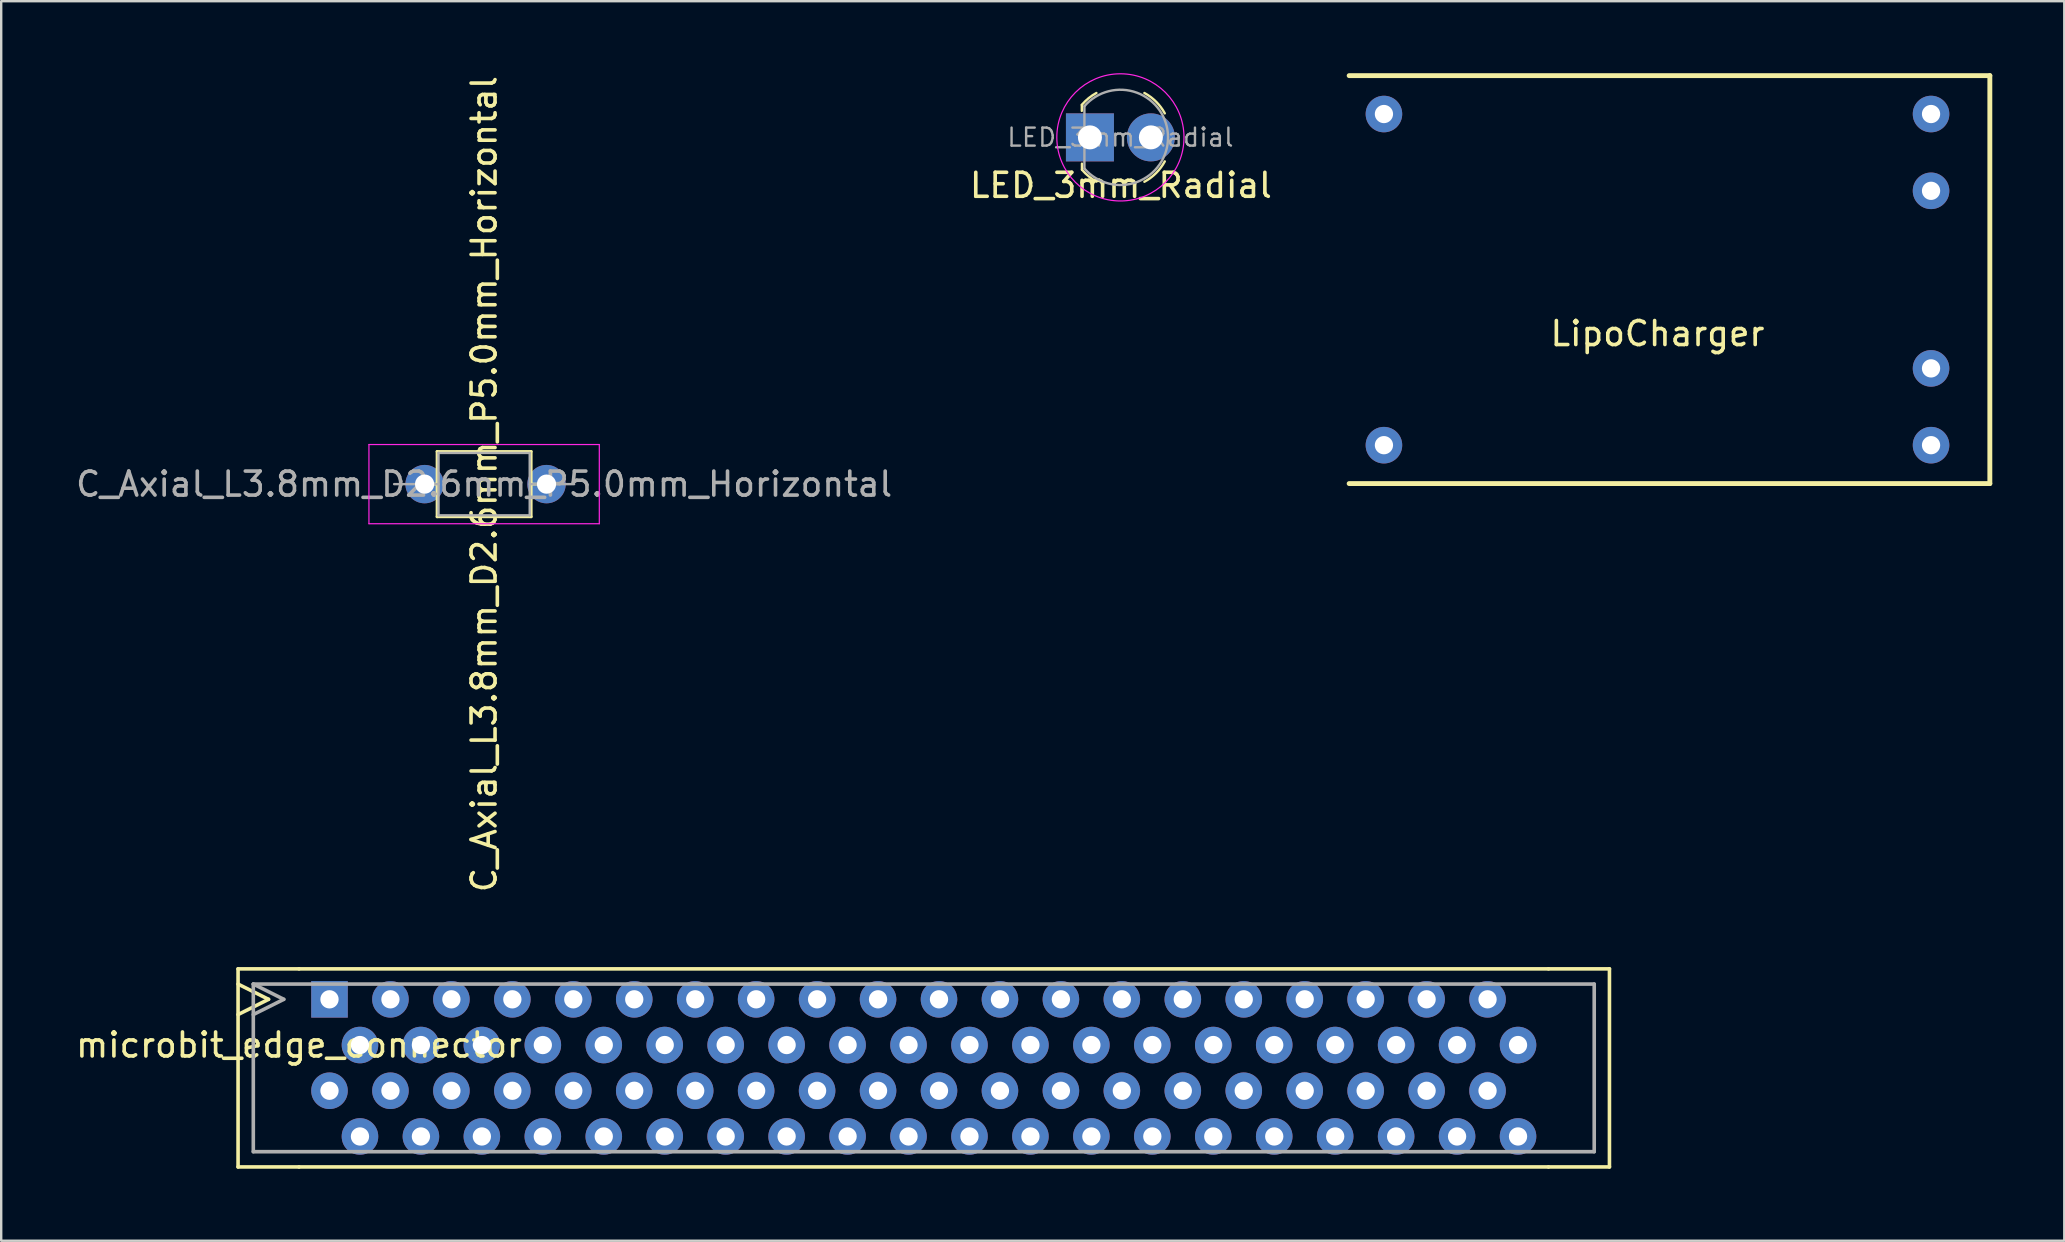
<source format=kicad_pcb>
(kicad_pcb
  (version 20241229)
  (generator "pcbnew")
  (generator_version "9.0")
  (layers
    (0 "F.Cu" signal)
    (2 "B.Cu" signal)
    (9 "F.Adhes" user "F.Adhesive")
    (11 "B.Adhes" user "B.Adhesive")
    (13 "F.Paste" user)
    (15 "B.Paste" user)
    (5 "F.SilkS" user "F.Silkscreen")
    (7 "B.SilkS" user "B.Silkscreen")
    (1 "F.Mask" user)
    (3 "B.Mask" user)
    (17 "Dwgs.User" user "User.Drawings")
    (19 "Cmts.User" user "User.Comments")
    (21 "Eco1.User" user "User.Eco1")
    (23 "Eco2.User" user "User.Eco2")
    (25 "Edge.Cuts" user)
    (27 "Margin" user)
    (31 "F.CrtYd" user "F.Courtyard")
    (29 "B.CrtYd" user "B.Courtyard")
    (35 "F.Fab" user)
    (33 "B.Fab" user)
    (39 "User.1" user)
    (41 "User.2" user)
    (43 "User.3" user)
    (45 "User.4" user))
  (footprint "LED_3mm_Radial"
    (layer "F.Cu")
    (at 44.911 2.675)
    (property "Reference" "LED_3mm_Radial" (at -1.25 2 0) (layer "F.SilkS") (effects (font (size 1 1) (thickness 0.15))))
    (attr through_hole)
    (fp_line (start -2.878 -1.354) (end -2.878 -1.104) (stroke (width 0.1) (type solid)) (layer "F.SilkS"))
    (fp_line (start -2.873 1.345) (end -2.873 1.095) (stroke (width 0.1) (type solid)) (layer "F.SilkS"))
    (fp_arc (start -2.877285 -1.356147) (mid -2.596822 -1.631577) (end -2.27 -1.85) (stroke (width 0.1) (type solid)) (layer "F.SilkS"))
    (fp_arc (start -2.265467 1.841615) (mid -2.590808 1.624182) (end -2.87 1.35) (stroke (width 0.1) (type solid)) (layer "F.SilkS"))
    (fp_arc (start -0.27 -1.85) (mid 0.217027 -1.487027) (end 0.58 -1) (stroke (width 0.1) (type solid)) (layer "F.SilkS"))
    (fp_arc (start 0.58 1) (mid 0.217027 1.487027) (end -0.27 1.85) (stroke (width 0.1) (type solid)) (layer "F.SilkS"))
    (fp_circle (center -1.27 0) (end 1.38 0) (stroke (width 0.05) (type solid)) (fill no) (layer "F.CrtYd"))
    (fp_line (start -2.77 -1.3) (end -2.77 1.3) (stroke (width 0.1) (type solid)) (layer "F.Fab"))
    (fp_arc (start -2.77 -1.3) (mid 0.714943 0) (end -2.77 1.3) (stroke (width 0.1) (type solid)) (layer "F.Fab"))
    (fp_text user "${REFERENCE}" (at -1.27 0 0) (layer "F.Fab") (effects (font (size 0.75 0.75) (thickness 0.1))))
    (pad "1" thru_hole rect (at -2.54 0) (size 2 2) (drill 1) (layers "*.Cu" "*.Mask"))
    (pad "2" thru_hole circle (at 0 0) (size 2 2) (drill 1) (layers "*.Cu" "*.Mask")))
  (footprint "LipoCharger"
    (layer "F.Cu")
    (at 66.023 8.602)
    (property "Reference" "LipoCharger" (at 0 2.25 0) (layer "F.SilkS") (effects (font (size 1 1) (thickness 0.15))))
    (attr through_hole)
    (fp_line (start -12.85 -8.5) (end 13.85 -8.5) (stroke (width 0.203) (type solid)) (layer "F.SilkS"))
    (fp_line (start -12.85 8.5) (end 13.85 8.5) (stroke (width 0.203) (type solid)) (layer "F.SilkS"))
    (fp_line (start 13.85 -8.5) (end 13.85 8.5) (stroke (width 0.203) (type solid)) (layer "F.SilkS"))
    (pad "1" thru_hole circle (at -11.4 -6.9) (size 1.524 1.524) (drill 0.762) (layers "*.Cu" "*.Mask"))
    (pad "2" thru_hole circle (at -11.4 6.9) (size 1.524 1.524) (drill 0.762) (layers "*.Cu" "*.Mask"))
    (pad "3" thru_hole circle (at 11.4 6.9) (size 1.524 1.524) (drill 0.762) (layers "*.Cu" "*.Mask"))
    (pad "4" thru_hole circle (at 11.4 3.7) (size 1.524 1.524) (drill 0.762) (layers "*.Cu" "*.Mask"))
    (pad "5" thru_hole circle (at 11.4 -3.7) (size 1.524 1.524) (drill 0.762) (layers "*.Cu" "*.Mask"))
    (pad "6" thru_hole circle (at 11.4 -6.9) (size 1.524 1.524) (drill 0.762) (layers "*.Cu" "*.Mask")))
  (footprint "C_Axial_L3.8mm_D2.6mm_P5.0mm_Horizontal"
    (layer "F.Cu")
    (at 13.375 17.125)
    (property "Reference" "C_Axial_L3.8mm_D2.6mm_P5.0mm_Horizontal" (at 3.75 0 90) (layer "F.SilkS") (effects (font (size 1 1) (thickness 0.15))))
    (attr through_hole)
    (fp_line (start 0.98 0) (end 1.79 0) (stroke (width 0.12) (type solid)) (layer "F.SilkS"))
    (fp_line (start 1.79 -1.36) (end 1.79 1.36) (stroke (width 0.12) (type solid)) (layer "F.SilkS"))
    (fp_line (start 1.79 1.36) (end 5.71 1.36) (stroke (width 0.12) (type solid)) (layer "F.SilkS"))
    (fp_line (start 5.71 -1.36) (end 1.79 -1.36) (stroke (width 0.12) (type solid)) (layer "F.SilkS"))
    (fp_line (start 5.71 1.36) (end 5.71 -1.36) (stroke (width 0.12) (type solid)) (layer "F.SilkS"))
    (fp_line (start 6.52 0) (end 5.71 0) (stroke (width 0.12) (type solid)) (layer "F.SilkS"))
    (fp_line (start -1.05 -1.65) (end -1.05 1.65) (stroke (width 0.05) (type solid)) (layer "F.CrtYd"))
    (fp_line (start -1.05 1.65) (end 8.55 1.65) (stroke (width 0.05) (type solid)) (layer "F.CrtYd"))
    (fp_line (start 8.55 -1.65) (end -1.05 -1.65) (stroke (width 0.05) (type solid)) (layer "F.CrtYd"))
    (fp_line (start 8.55 1.65) (end 8.55 -1.65) (stroke (width 0.05) (type solid)) (layer "F.CrtYd"))
    (fp_line (start 0 0) (end 1.85 0) (stroke (width 0.1) (type solid)) (layer "F.Fab"))
    (fp_line (start 1.85 -1.3) (end 1.85 1.3) (stroke (width 0.1) (type solid)) (layer "F.Fab"))
    (fp_line (start 1.85 1.3) (end 5.65 1.3) (stroke (width 0.1) (type solid)) (layer "F.Fab"))
    (fp_line (start 5.65 -1.3) (end 1.85 -1.3) (stroke (width 0.1) (type solid)) (layer "F.Fab"))
    (fp_line (start 5.65 1.3) (end 5.65 -1.3) (stroke (width 0.1) (type solid)) (layer "F.Fab"))
    (fp_line (start 7.5 0) (end 5.65 0) (stroke (width 0.1) (type solid)) (layer "F.Fab"))
    (fp_text user "${REFERENCE}" (at 3.75 0 0) (layer "F.Fab") (effects (font (size 1 1) (thickness 0.15))))
    (pad "1" thru_hole circle (at 1.27 0) (size 1.6 1.6) (drill 0.8) (layers "*.Cu" "*.Mask"))
    (pad "2" thru_hole oval (at 6.35 0) (size 1.6 1.6) (drill 0.8) (layers "*.Cu" "*.Mask")))
  (footprint "microbit_edge_connector"
    (layer "F.Cu")
    (at 35.446 43.04)
    (property "Reference" "microbit_edge_connector" (at -26.035 -2.54 0) (layer "F.SilkS") (effects (font (size 1 1) (thickness 0.15))))
    (attr through_hole)
    (fp_line (start -28.575 -5.715) (end -28.575 2.54) (stroke (width 0.15) (type solid)) (layer "F.SilkS"))
    (fp_line (start -28.575 -5.08) (end -27.305 -4.445) (stroke (width 0.15) (type solid)) (layer "F.SilkS"))
    (fp_line (start -28.575 2.54) (end -26.035 2.54) (stroke (width 0.15) (type solid)) (layer "F.SilkS"))
    (fp_line (start -27.305 -4.445) (end -28.575 -3.81) (stroke (width 0.15) (type solid)) (layer "F.SilkS"))
    (fp_line (start -26.035 -5.715) (end -28.575 -5.715) (stroke (width 0.15) (type solid)) (layer "F.SilkS"))
    (fp_line (start -26.035 -5.715) (end 26.035 -5.715) (stroke (width 0.15) (type solid)) (layer "F.SilkS"))
    (fp_line (start 26.035 2.54) (end -26.035 2.54) (stroke (width 0.15) (type solid)) (layer "F.SilkS"))
    (fp_line (start 28.575 -5.715) (end 26.035 -5.715) (stroke (width 0.15) (type solid)) (layer "F.SilkS"))
    (fp_line (start 28.575 -5.715) (end 28.575 2.54) (stroke (width 0.15) (type solid)) (layer "F.SilkS"))
    (fp_line (start 28.575 2.54) (end 26.035 2.54) (stroke (width 0.15) (type solid)) (layer "F.SilkS"))
    (fp_line (start -27.94 -5.08) (end -26.67 -4.445) (stroke (width 0.15) (type solid)) (layer "F.Fab"))
    (fp_line (start -27.94 -5.08) (end 27.94 -5.08) (stroke (width 0.15) (type solid)) (layer "F.Fab"))
    (fp_line (start -27.94 1.905) (end -27.94 -5.08) (stroke (width 0.15) (type solid)) (layer "F.Fab"))
    (fp_line (start -26.67 -4.445) (end -27.94 -3.81) (stroke (width 0.15) (type solid)) (layer "F.Fab"))
    (fp_line (start 27.94 -5.08) (end 27.94 1.905) (stroke (width 0.15) (type solid)) (layer "F.Fab"))
    (fp_line (start 27.94 1.905) (end -27.94 1.905) (stroke (width 0.15) (type solid)) (layer "F.Fab"))
    (pad "1" thru_hole rect (at -24.765 -4.445) (size 1.524 1.524) (drill 0.762) (layers "*.Cu" "*.Mask"))
    (pad "2" thru_hole circle (at -24.765 -0.635) (size 1.524 1.524) (drill 0.762) (layers "*.Cu" "*.Mask"))
    (pad "3" thru_hole circle (at -23.495 -2.54) (size 1.524 1.524) (drill 0.762) (layers "*.Cu" "*.Mask"))
    (pad "4" thru_hole circle (at -23.495 1.27) (size 1.524 1.524) (drill 0.762) (layers "*.Cu" "*.Mask"))
    (pad "5" thru_hole circle (at -22.225 -4.445) (size 1.524 1.524) (drill 0.762) (layers "*.Cu" "*.Mask"))
    (pad "6" thru_hole circle (at -22.225 -0.635) (size 1.524 1.524) (drill 0.762) (layers "*.Cu" "*.Mask"))
    (pad "7" thru_hole circle (at -20.955 -2.54) (size 1.524 1.524) (drill 0.762) (layers "*.Cu" "*.Mask"))
    (pad "8" thru_hole circle (at -20.955 1.27) (size 1.524 1.524) (drill 0.762) (layers "*.Cu" "*.Mask"))
    (pad "9" thru_hole circle (at -19.685 -4.445) (size 1.524 1.524) (drill 0.762) (layers "*.Cu" "*.Mask"))
    (pad "10" thru_hole circle (at -19.685 -0.635) (size 1.524 1.524) (drill 0.762) (layers "*.Cu" "*.Mask"))
    (pad "11" thru_hole circle (at -18.415 -2.54) (size 1.524 1.524) (drill 0.762) (layers "*.Cu" "*.Mask"))
    (pad "12" thru_hole circle (at -18.415 1.27) (size 1.524 1.524) (drill 0.762) (layers "*.Cu" "*.Mask"))
    (pad "13" thru_hole circle (at -17.145 -4.445) (size 1.524 1.524) (drill 0.762) (layers "*.Cu" "*.Mask"))
    (pad "14" thru_hole circle (at -17.145 -0.635) (size 1.524 1.524) (drill 0.762) (layers "*.Cu" "*.Mask"))
    (pad "15" thru_hole circle (at -15.875 -2.54) (size 1.524 1.524) (drill 0.762) (layers "*.Cu" "*.Mask"))
    (pad "16" thru_hole circle (at -15.875 1.27) (size 1.524 1.524) (drill 0.762) (layers "*.Cu" "*.Mask"))
    (pad "17" thru_hole circle (at -14.605 -4.445) (size 1.524 1.524) (drill 0.762) (layers "*.Cu" "*.Mask"))
    (pad "18" thru_hole circle (at -14.605 -0.635) (size 1.524 1.524) (drill 0.762) (layers "*.Cu" "*.Mask"))
    (pad "19" thru_hole circle (at -13.335 -2.54) (size 1.524 1.524) (drill 0.762) (layers "*.Cu" "*.Mask"))
    (pad "20" thru_hole circle (at -13.335 1.27) (size 1.524 1.524) (drill 0.762) (layers "*.Cu" "*.Mask"))
    (pad "21" thru_hole circle (at -12.065 -4.445) (size 1.524 1.524) (drill 0.762) (layers "*.Cu" "*.Mask"))
    (pad "22" thru_hole circle (at -12.065 -0.635) (size 1.524 1.524) (drill 0.762) (layers "*.Cu" "*.Mask"))
    (pad "23" thru_hole circle (at -10.795 -2.54) (size 1.524 1.524) (drill 0.762) (layers "*.Cu" "*.Mask"))
    (pad "24" thru_hole circle (at -10.795 1.27) (size 1.524 1.524) (drill 0.762) (layers "*.Cu" "*.Mask"))
    (pad "25" thru_hole circle (at -9.525 -4.445) (size 1.524 1.524) (drill 0.762) (layers "*.Cu" "*.Mask"))
    (pad "26" thru_hole circle (at -9.525 -0.635) (size 1.524 1.524) (drill 0.762) (layers "*.Cu" "*.Mask"))
    (pad "27" thru_hole circle (at -8.255 -2.54) (size 1.524 1.524) (drill 0.762) (layers "*.Cu" "*.Mask"))
    (pad "28" thru_hole circle (at -8.255 1.27) (size 1.524 1.524) (drill 0.762) (layers "*.Cu" "*.Mask"))
    (pad "29" thru_hole circle (at -6.985 -4.445) (size 1.524 1.524) (drill 0.762) (layers "*.Cu" "*.Mask"))
    (pad "30" thru_hole circle (at -6.985 -0.635) (size 1.524 1.524) (drill 0.762) (layers "*.Cu" "*.Mask"))
    (pad "31" thru_hole circle (at -5.715 -2.54) (size 1.524 1.524) (drill 0.762) (layers "*.Cu" "*.Mask"))
    (pad "32" thru_hole circle (at -5.715 1.27) (size 1.524 1.524) (drill 0.762) (layers "*.Cu" "*.Mask"))
    (pad "33" thru_hole circle (at -4.445 -4.445) (size 1.524 1.524) (drill 0.762) (layers "*.Cu" "*.Mask"))
    (pad "34" thru_hole circle (at -4.445 -0.635) (size 1.524 1.524) (drill 0.762) (layers "*.Cu" "*.Mask"))
    (pad "35" thru_hole circle (at -3.175 -2.54) (size 1.524 1.524) (drill 0.762) (layers "*.Cu" "*.Mask"))
    (pad "36" thru_hole circle (at -3.175 1.27) (size 1.524 1.524) (drill 0.762) (layers "*.Cu" "*.Mask"))
    (pad "37" thru_hole circle (at -1.905 -4.445) (size 1.524 1.524) (drill 0.762) (layers "*.Cu" "*.Mask"))
    (pad "38" thru_hole circle (at -1.905 -0.635) (size 1.524 1.524) (drill 0.762) (layers "*.Cu" "*.Mask"))
    (pad "39" thru_hole circle (at -0.635 -2.54) (size 1.524 1.524) (drill 0.762) (layers "*.Cu" "*.Mask"))
    (pad "40" thru_hole circle (at -0.635 1.27) (size 1.524 1.524) (drill 0.762) (layers "*.Cu" "*.Mask"))
    (pad "41" thru_hole circle (at 0.635 -4.445) (size 1.524 1.524) (drill 0.762) (layers "*.Cu" "*.Mask"))
    (pad "42" thru_hole circle (at 0.635 -0.635) (size 1.524 1.524) (drill 0.762) (layers "*.Cu" "*.Mask"))
    (pad "43" thru_hole circle (at 1.905 -2.54) (size 1.524 1.524) (drill 0.762) (layers "*.Cu" "*.Mask"))
    (pad "44" thru_hole circle (at 1.905 1.27) (size 1.524 1.524) (drill 0.762) (layers "*.Cu" "*.Mask"))
    (pad "45" thru_hole circle (at 3.175 -4.445) (size 1.524 1.524) (drill 0.762) (layers "*.Cu" "*.Mask"))
    (pad "46" thru_hole circle (at 3.175 -0.635) (size 1.524 1.524) (drill 0.762) (layers "*.Cu" "*.Mask"))
    (pad "47" thru_hole circle (at 4.445 -2.54) (size 1.524 1.524) (drill 0.762) (layers "*.Cu" "*.Mask"))
    (pad "48" thru_hole circle (at 4.445 1.27) (size 1.524 1.524) (drill 0.762) (layers "*.Cu" "*.Mask"))
    (pad "49" thru_hole circle (at 5.715 -4.445) (size 1.524 1.524) (drill 0.762) (layers "*.Cu" "*.Mask"))
    (pad "50" thru_hole circle (at 5.715 -0.635) (size 1.524 1.524) (drill 0.762) (layers "*.Cu" "*.Mask"))
    (pad "51" thru_hole circle (at 6.985 -2.54) (size 1.524 1.524) (drill 0.762) (layers "*.Cu" "*.Mask"))
    (pad "52" thru_hole circle (at 6.985 1.27) (size 1.524 1.524) (drill 0.762) (layers "*.Cu" "*.Mask"))
    (pad "53" thru_hole circle (at 8.255 -4.445) (size 1.524 1.524) (drill 0.762) (layers "*.Cu" "*.Mask"))
    (pad "54" thru_hole circle (at 8.255 -0.635) (size 1.524 1.524) (drill 0.762) (layers "*.Cu" "*.Mask"))
    (pad "55" thru_hole circle (at 9.525 -2.54) (size 1.524 1.524) (drill 0.762) (layers "*.Cu" "*.Mask"))
    (pad "56" thru_hole circle (at 9.525 1.27) (size 1.524 1.524) (drill 0.762) (layers "*.Cu" "*.Mask"))
    (pad "57" thru_hole circle (at 10.795 -4.445) (size 1.524 1.524) (drill 0.762) (layers "*.Cu" "*.Mask"))
    (pad "58" thru_hole circle (at 10.795 -0.635) (size 1.524 1.524) (drill 0.762) (layers "*.Cu" "*.Mask"))
    (pad "59" thru_hole circle (at 12.065 -2.54) (size 1.524 1.524) (drill 0.762) (layers "*.Cu" "*.Mask"))
    (pad "60" thru_hole circle (at 12.065 1.27) (size 1.524 1.524) (drill 0.762) (layers "*.Cu" "*.Mask"))
    (pad "61" thru_hole circle (at 13.335 -4.445) (size 1.524 1.524) (drill 0.762) (layers "*.Cu" "*.Mask"))
    (pad "62" thru_hole circle (at 13.335 -0.635) (size 1.524 1.524) (drill 0.762) (layers "*.Cu" "*.Mask"))
    (pad "63" thru_hole circle (at 14.605 -2.54) (size 1.524 1.524) (drill 0.762) (layers "*.Cu" "*.Mask"))
    (pad "64" thru_hole circle (at 14.605 1.27) (size 1.524 1.524) (drill 0.762) (layers "*.Cu" "*.Mask"))
    (pad "65" thru_hole circle (at 15.875 -4.445) (size 1.524 1.524) (drill 0.762) (layers "*.Cu" "*.Mask"))
    (pad "66" thru_hole circle (at 15.875 -0.635) (size 1.524 1.524) (drill 0.762) (layers "*.Cu" "*.Mask"))
    (pad "67" thru_hole circle (at 17.145 -2.54) (size 1.524 1.524) (drill 0.762) (layers "*.Cu" "*.Mask"))
    (pad "68" thru_hole circle (at 17.145 1.27) (size 1.524 1.524) (drill 0.762) (layers "*.Cu" "*.Mask"))
    (pad "69" thru_hole circle (at 18.415 -4.445) (size 1.524 1.524) (drill 0.762) (layers "*.Cu" "*.Mask"))
    (pad "70" thru_hole circle (at 18.415 -0.635) (size 1.524 1.524) (drill 0.762) (layers "*.Cu" "*.Mask"))
    (pad "71" thru_hole circle (at 19.685 -2.54) (size 1.524 1.524) (drill 0.762) (layers "*.Cu" "*.Mask"))
    (pad "72" thru_hole circle (at 19.685 1.27) (size 1.524 1.524) (drill 0.762) (layers "*.Cu" "*.Mask"))
    (pad "73" thru_hole circle (at 20.955 -4.445) (size 1.524 1.524) (drill 0.762) (layers "*.Cu" "*.Mask"))
    (pad "74" thru_hole circle (at 20.955 -0.635) (size 1.524 1.524) (drill 0.762) (layers "*.Cu" "*.Mask"))
    (pad "75" thru_hole circle (at 22.225 -2.54) (size 1.524 1.524) (drill 0.762) (layers "*.Cu" "*.Mask"))
    (pad "76" thru_hole circle (at 22.225 1.27) (size 1.524 1.524) (drill 0.762) (layers "*.Cu" "*.Mask"))
    (pad "77" thru_hole circle (at 23.495 -4.445) (size 1.524 1.524) (drill 0.762) (layers "*.Cu" "*.Mask"))
    (pad "78" thru_hole circle (at 23.495 -0.635) (size 1.524 1.524) (drill 0.762) (layers "*.Cu" "*.Mask"))
    (pad "79" thru_hole circle (at 24.765 -2.54) (size 1.524 1.524) (drill 0.762) (layers "*.Cu" "*.Mask"))
    (pad "80" thru_hole circle (at 24.765 1.27) (size 1.524 1.524) (drill 0.762) (layers "*.Cu" "*.Mask")))
  (gr_rect
    (start -3 -3)
    (end 82.975 48.655)
    (stroke (width 0.1) (type default))
    (fill no)
    (layer "Edge.Cuts")))
</source>
